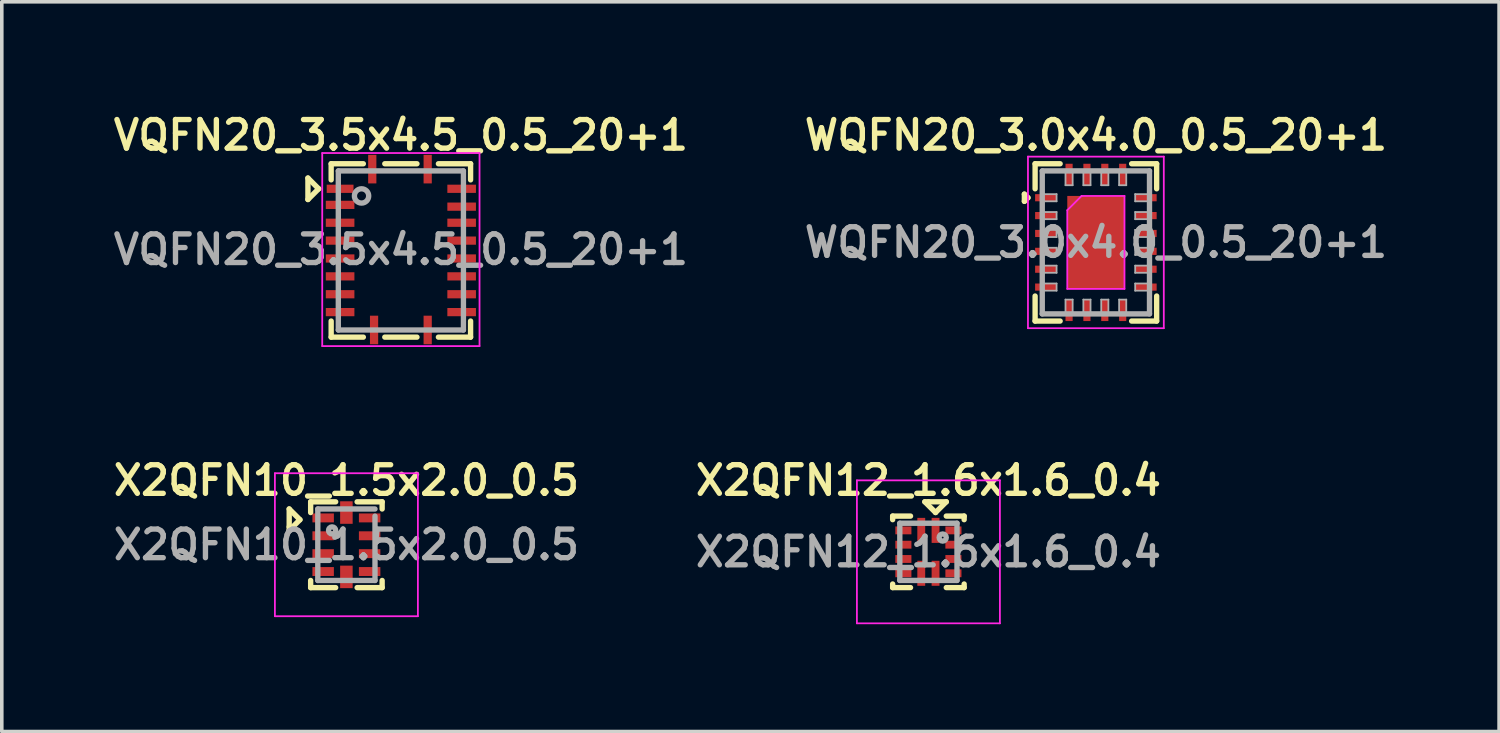
<source format=kicad_pcb>
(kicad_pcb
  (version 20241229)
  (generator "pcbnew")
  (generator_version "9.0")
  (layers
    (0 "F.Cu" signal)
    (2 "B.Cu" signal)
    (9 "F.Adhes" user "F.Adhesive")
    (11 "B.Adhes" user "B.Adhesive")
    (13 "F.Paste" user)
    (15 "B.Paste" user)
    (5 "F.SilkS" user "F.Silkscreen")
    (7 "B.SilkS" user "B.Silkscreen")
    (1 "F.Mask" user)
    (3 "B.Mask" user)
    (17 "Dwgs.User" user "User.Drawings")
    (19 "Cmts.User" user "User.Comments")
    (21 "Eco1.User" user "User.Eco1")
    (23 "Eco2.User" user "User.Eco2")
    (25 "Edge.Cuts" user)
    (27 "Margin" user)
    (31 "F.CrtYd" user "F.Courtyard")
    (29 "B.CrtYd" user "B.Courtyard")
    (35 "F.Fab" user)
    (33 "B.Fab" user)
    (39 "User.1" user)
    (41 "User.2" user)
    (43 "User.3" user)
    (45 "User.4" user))
  (footprint "X2QFN12_1.6x1.6_0.4"
    (layer "F.Cu")
    (at 22.921 12.387)
    (property "Reference" "X2QFN12_1.6x1.6_0.4" (at 0 -2 0) (layer "F.SilkS") (effects (font (size 0.8 0.8) (thickness 0.15))))
    (attr smd)
    (fp_line (start -1 -1) (end -1 -0.9) (stroke (width 0.15) (type solid)) (layer "F.SilkS"))
    (fp_line (start -1 0.9) (end -1 1) (stroke (width 0.15) (type solid)) (layer "F.SilkS"))
    (fp_line (start -1 1) (end -0.5 1) (stroke (width 0.15) (type solid)) (layer "F.SilkS"))
    (fp_line (start -0.5 -1) (end -1 -1) (stroke (width 0.15) (type solid)) (layer "F.SilkS"))
    (fp_line (start -0.1 -1.4) (end 0 -1.4) (stroke (width 0.15) (type solid)) (layer "F.SilkS"))
    (fp_line (start 0 -1.4) (end 0.5 -1.4) (stroke (width 0.15) (type solid)) (layer "F.SilkS"))
    (fp_line (start 0.2 -1.1) (end -0.1 -1.4) (stroke (width 0.15) (type solid)) (layer "F.SilkS"))
    (fp_line (start 0.5 -1.4) (end 0.2 -1.1) (stroke (width 0.15) (type solid)) (layer "F.SilkS"))
    (fp_line (start 0.5 -1) (end 1 -1) (stroke (width 0.15) (type solid)) (layer "F.SilkS"))
    (fp_line (start 0.5 1) (end 1 1) (stroke (width 0.15) (type solid)) (layer "F.SilkS"))
    (fp_line (start 1 -1) (end 1 -0.9) (stroke (width 0.15) (type solid)) (layer "F.SilkS"))
    (fp_line (start 1 1) (end 1 0.9) (stroke (width 0.15) (type solid)) (layer "F.SilkS"))
    (fp_line (start -2 -2) (end -2 2) (stroke (width 0.05) (type solid)) (layer "F.CrtYd"))
    (fp_line (start -2 -2) (end 2 -2) (stroke (width 0.05) (type solid)) (layer "F.CrtYd"))
    (fp_line (start -2 2) (end 2 2) (stroke (width 0.05) (type solid)) (layer "F.CrtYd"))
    (fp_line (start 2 -2) (end 2 2) (stroke (width 0.05) (type solid)) (layer "F.CrtYd"))
    (fp_line (start -0.8 -0.8) (end 0.8 -0.8) (stroke (width 0.15) (type solid)) (layer "F.Fab"))
    (fp_line (start -0.8 0.8) (end -0.8 -0.8) (stroke (width 0.15) (type solid)) (layer "F.Fab"))
    (fp_line (start 0.8 -0.8) (end 0.8 0.8) (stroke (width 0.15) (type solid)) (layer "F.Fab"))
    (fp_line (start 0.8 0.8) (end -0.8 0.8) (stroke (width 0.15) (type solid)) (layer "F.Fab"))
    (fp_circle (center 0.4 -0.4) (end 0.4 -0.3) (stroke (width 0.15) (type solid)) (fill no) (layer "F.Fab"))
    (fp_text user "${REFERENCE}" (at 0 0 0) (layer "F.Fab") (effects (font (size 0.8 0.8) (thickness 0.15))))
    (pad "1" smd rect (at 0.2 -0.6 90) (size 0.7 0.22) (layers "F.Cu" "F.Mask" "F.Paste"))
    (pad "2" smd rect (at -0.2 -0.6 90) (size 0.7 0.22) (layers "F.Cu" "F.Mask" "F.Paste"))
    (pad "3" smd rect (at -0.7 -0.6) (size 0.45 0.22) (layers "F.Cu" "F.Mask" "F.Paste"))
    (pad "4" smd rect (at -0.7 -0.2) (size 0.45 0.22) (layers "F.Cu" "F.Mask" "F.Paste"))
    (pad "5" smd rect (at -0.7 0.2) (size 0.45 0.22) (layers "F.Cu" "F.Mask" "F.Paste"))
    (pad "6" smd rect (at -0.7 0.6) (size 0.45 0.22) (layers "F.Cu" "F.Mask" "F.Paste"))
    (pad "7" smd rect (at -0.2 0.6 90) (size 0.7 0.22) (layers "F.Cu" "F.Mask" "F.Paste"))
    (pad "8" smd rect (at 0.2 0.6 90) (size 0.7 0.22) (layers "F.Cu" "F.Mask" "F.Paste"))
    (pad "9" smd rect (at 0.7 0.6) (size 0.45 0.22) (layers "F.Cu" "F.Mask" "F.Paste"))
    (pad "10" smd rect (at 0.7 0.2) (size 0.45 0.22) (layers "F.Cu" "F.Mask" "F.Paste"))
    (pad "11" smd rect (at 0.7 -0.2) (size 0.45 0.22) (layers "F.Cu" "F.Mask" "F.Paste"))
    (pad "12" smd rect (at 0.7 -0.6) (size 0.45 0.22) (layers "F.Cu" "F.Mask" "F.Paste")))
  (footprint "X2QFN10_1.5x2.0_0.5"
    (layer "F.Cu")
    (at 6.64 12.188)
    (property "Reference" "X2QFN10_1.5x2.0_0.5" (at 0 -1.8 0) (layer "F.SilkS") (effects (font (size 0.8 0.8) (thickness 0.15))))
    (attr smd)
    (fp_line (start -1.6 -1) (end -1.3 -0.7) (stroke (width 0.15) (type solid)) (layer "F.SilkS"))
    (fp_line (start -1.6 -0.5) (end -1.6 -1) (stroke (width 0.15) (type solid)) (layer "F.SilkS"))
    (fp_line (start -1.6 -0.4) (end -1.6 -0.5) (stroke (width 0.15) (type solid)) (layer "F.SilkS"))
    (fp_line (start -1.3 -0.7) (end -1.6 -0.4) (stroke (width 0.15) (type solid)) (layer "F.SilkS"))
    (fp_line (start -1 -1.2) (end -1 -0.9) (stroke (width 0.15) (type solid)) (layer "F.SilkS"))
    (fp_line (start -1 1) (end -1 1.2) (stroke (width 0.15) (type solid)) (layer "F.SilkS"))
    (fp_line (start -1 1.2) (end -0.3 1.2) (stroke (width 0.15) (type solid)) (layer "F.SilkS"))
    (fp_line (start -0.3 -1.2) (end -1 -1.2) (stroke (width 0.15) (type solid)) (layer "F.SilkS"))
    (fp_line (start 0.3 -1.2) (end 1 -1.2) (stroke (width 0.15) (type solid)) (layer "F.SilkS"))
    (fp_line (start 0.3 1.2) (end 1 1.2) (stroke (width 0.15) (type solid)) (layer "F.SilkS"))
    (fp_line (start 1 -1.2) (end 1 -1) (stroke (width 0.15) (type solid)) (layer "F.SilkS"))
    (fp_line (start 1 1.2) (end 1 1) (stroke (width 0.15) (type solid)) (layer "F.SilkS"))
    (fp_line (start -2 -2) (end -2 2) (stroke (width 0.05) (type solid)) (layer "F.CrtYd"))
    (fp_line (start -2 -2) (end 2 -2) (stroke (width 0.05) (type solid)) (layer "F.CrtYd"))
    (fp_line (start -2 2) (end 2 2) (stroke (width 0.05) (type solid)) (layer "F.CrtYd"))
    (fp_line (start 2 -2) (end 2 2) (stroke (width 0.05) (type solid)) (layer "F.CrtYd"))
    (fp_line (start -0.8 -1) (end 0.8 -1) (stroke (width 0.15) (type solid)) (layer "F.Fab"))
    (fp_line (start -0.8 1) (end -0.8 -1) (stroke (width 0.15) (type solid)) (layer "F.Fab"))
    (fp_line (start 0.8 -0.8) (end 0.8 1) (stroke (width 0.15) (type solid)) (layer "F.Fab"))
    (fp_line (start 0.8 1) (end -0.8 1) (stroke (width 0.15) (type solid)) (layer "F.Fab"))
    (fp_circle (center -0.4 -0.4) (end -0.4 -0.3) (stroke (width 0.15) (type solid)) (fill no) (layer "F.Fab"))
    (fp_text user "${REFERENCE}" (at 0 0 0) (layer "F.Fab") (effects (font (size 0.8 0.8) (thickness 0.15))))
    (pad "1" smd rect (at -0.65 -0.75) (size 0.6 0.25) (layers "F.Cu" "F.Mask" "F.Paste"))
    (pad "2" smd rect (at -0.65 -0.25) (size 0.6 0.25) (layers "F.Cu" "F.Mask" "F.Paste"))
    (pad "3" smd rect (at -0.65 0.25) (size 0.6 0.25) (layers "F.Cu" "F.Mask" "F.Paste"))
    (pad "4" smd rect (at -0.65 0.75) (size 0.6 0.25) (layers "F.Cu" "F.Mask" "F.Paste"))
    (pad "5" smd rect (at 0 0.9) (size 0.35 0.63) (layers "F.Cu" "F.Mask" "F.Paste"))
    (pad "6" smd rect (at 0.65 0.75) (size 0.6 0.25) (layers "F.Cu" "F.Mask" "F.Paste"))
    (pad "7" smd rect (at 0.65 0.25) (size 0.6 0.25) (layers "F.Cu" "F.Mask" "F.Paste"))
    (pad "8" smd rect (at 0.65 -0.25) (size 0.6 0.25) (layers "F.Cu" "F.Mask" "F.Paste"))
    (pad "9" smd rect (at 0.65 -0.75) (size 0.6 0.25) (layers "F.Cu" "F.Mask" "F.Paste"))
    (pad "10" smd rect (at 0 -0.9) (size 0.35 0.63) (layers "F.Cu" "F.Mask" "F.Paste")))
  (footprint "WQFN20_3.0x4.0_0.5_20+1"
    (layer "F.Cu")
    (at 27.606 3.731)
    (property "Reference" "WQFN20_3.0x4.0_0.5_20+1" (at 0 -3 0) (layer "F.SilkS") (effects (font (size 0.8 0.8) (thickness 0.15))))
    (attr through_hole)
    (fp_line (start -2 -1.35) (end -1.9 -1.25) (stroke (width 0.15) (type solid)) (layer "F.SilkS"))
    (fp_line (start -2 -1.15) (end -2 -1.35) (stroke (width 0.15) (type solid)) (layer "F.SilkS"))
    (fp_line (start -1.9 -1.25) (end -2 -1.15) (stroke (width 0.15) (type solid)) (layer "F.SilkS"))
    (fp_line (start -1.7 -1.5) (end -1.7 -2.2) (stroke (width 0.15) (type solid)) (layer "F.SilkS"))
    (fp_line (start -1.7 1.5) (end -1.7 2.2) (stroke (width 0.15) (type solid)) (layer "F.SilkS"))
    (fp_line (start -1.7 2.2) (end -1 2.2) (stroke (width 0.15) (type solid)) (layer "F.SilkS"))
    (fp_line (start -1 -2.2) (end -1.7 -2.2) (stroke (width 0.15) (type solid)) (layer "F.SilkS"))
    (fp_line (start 1 2.2) (end 1.7 2.2) (stroke (width 0.15) (type solid)) (layer "F.SilkS"))
    (fp_line (start 1.7 -2.2) (end 1 -2.2) (stroke (width 0.15) (type solid)) (layer "F.SilkS"))
    (fp_line (start 1.7 -1.5) (end 1.7 -2.2) (stroke (width 0.15) (type solid)) (layer "F.SilkS"))
    (fp_line (start 1.7 2.2) (end 1.7 1.5) (stroke (width 0.15) (type solid)) (layer "F.SilkS"))
    (fp_line (start -1.9 -2.4) (end -1.9 2.4) (stroke (width 0.05) (type solid)) (layer "F.CrtYd"))
    (fp_line (start -1.9 2.4) (end 1.9 2.4) (stroke (width 0.05) (type solid)) (layer "F.CrtYd"))
    (fp_line (start -0.8 -0.9) (end -0.8 1.3) (stroke (width 0.05) (type solid)) (layer "F.CrtYd"))
    (fp_line (start -0.8 1.3) (end 0.8 1.3) (stroke (width 0.05) (type solid)) (layer "F.CrtYd"))
    (fp_line (start -0.4 -1.3) (end -0.8 -0.9) (stroke (width 0.05) (type solid)) (layer "F.CrtYd"))
    (fp_line (start 0.8 -1.3) (end -0.4 -1.3) (stroke (width 0.05) (type solid)) (layer "F.CrtYd"))
    (fp_line (start 0.8 1.3) (end 0.8 -1.3) (stroke (width 0.05) (type solid)) (layer "F.CrtYd"))
    (fp_line (start 1.9 -2.4) (end -1.9 -2.4) (stroke (width 0.05) (type solid)) (layer "F.CrtYd"))
    (fp_line (start 1.9 2.4) (end 1.9 -2.4) (stroke (width 0.05) (type solid)) (layer "F.CrtYd"))
    (fp_line (start -1.5 -2) (end -1.5 2) (stroke (width 0.15) (type solid)) (layer "F.Fab"))
    (fp_line (start -1.5 -1.15) (end -1.1 -1.15) (stroke (width 0.05) (type solid)) (layer "F.Fab"))
    (fp_line (start -1.5 -0.65) (end -1.1 -0.65) (stroke (width 0.05) (type solid)) (layer "F.Fab"))
    (fp_line (start -1.5 -0.15) (end -1.1 -0.15) (stroke (width 0.05) (type solid)) (layer "F.Fab"))
    (fp_line (start -1.5 0.35) (end -1.1 0.35) (stroke (width 0.05) (type solid)) (layer "F.Fab"))
    (fp_line (start -1.5 0.85) (end -1.1 0.85) (stroke (width 0.05) (type solid)) (layer "F.Fab"))
    (fp_line (start -1.5 1.35) (end -1.1 1.35) (stroke (width 0.05) (type solid)) (layer "F.Fab"))
    (fp_line (start -1.5 2) (end 1.5 2) (stroke (width 0.15) (type solid)) (layer "F.Fab"))
    (fp_line (start -1.1 -1.35) (end -1.5 -1.35) (stroke (width 0.05) (type solid)) (layer "F.Fab"))
    (fp_line (start -1.1 -1.15) (end -1.1 -1.35) (stroke (width 0.05) (type solid)) (layer "F.Fab"))
    (fp_line (start -1.1 -0.85) (end -1.5 -0.85) (stroke (width 0.05) (type solid)) (layer "F.Fab"))
    (fp_line (start -1.1 -0.65) (end -1.1 -0.85) (stroke (width 0.05) (type solid)) (layer "F.Fab"))
    (fp_line (start -1.1 -0.35) (end -1.5 -0.35) (stroke (width 0.05) (type solid)) (layer "F.Fab"))
    (fp_line (start -1.1 -0.15) (end -1.1 -0.35) (stroke (width 0.05) (type solid)) (layer "F.Fab"))
    (fp_line (start -1.1 0.15) (end -1.5 0.15) (stroke (width 0.05) (type solid)) (layer "F.Fab"))
    (fp_line (start -1.1 0.35) (end -1.1 0.15) (stroke (width 0.05) (type solid)) (layer "F.Fab"))
    (fp_line (start -1.1 0.65) (end -1.5 0.65) (stroke (width 0.05) (type solid)) (layer "F.Fab"))
    (fp_line (start -1.1 0.85) (end -1.1 0.65) (stroke (width 0.05) (type solid)) (layer "F.Fab"))
    (fp_line (start -1.1 1.15) (end -1.5 1.15) (stroke (width 0.05) (type solid)) (layer "F.Fab"))
    (fp_line (start -1.1 1.35) (end -1.1 1.15) (stroke (width 0.05) (type solid)) (layer "F.Fab"))
    (fp_line (start -0.85 -2) (end -0.85 -1.6) (stroke (width 0.05) (type solid)) (layer "F.Fab"))
    (fp_line (start -0.85 -1.6) (end -0.65 -1.6) (stroke (width 0.05) (type solid)) (layer "F.Fab"))
    (fp_line (start -0.85 1.6) (end -0.85 2) (stroke (width 0.05) (type solid)) (layer "F.Fab"))
    (fp_line (start -0.65 -1.6) (end -0.65 -2) (stroke (width 0.05) (type solid)) (layer "F.Fab"))
    (fp_line (start -0.65 1.6) (end -0.85 1.6) (stroke (width 0.05) (type solid)) (layer "F.Fab"))
    (fp_line (start -0.65 2) (end -0.65 1.6) (stroke (width 0.05) (type solid)) (layer "F.Fab"))
    (fp_line (start -0.35 -2) (end -0.35 -1.6) (stroke (width 0.05) (type solid)) (layer "F.Fab"))
    (fp_line (start -0.35 -1.6) (end -0.15 -1.6) (stroke (width 0.05) (type solid)) (layer "F.Fab"))
    (fp_line (start -0.35 1.6) (end -0.35 2) (stroke (width 0.05) (type solid)) (layer "F.Fab"))
    (fp_line (start -0.15 -1.6) (end -0.15 -2) (stroke (width 0.05) (type solid)) (layer "F.Fab"))
    (fp_line (start -0.15 1.6) (end -0.35 1.6) (stroke (width 0.05) (type solid)) (layer "F.Fab"))
    (fp_line (start -0.15 2) (end -0.15 1.6) (stroke (width 0.05) (type solid)) (layer "F.Fab"))
    (fp_line (start 0.15 -2) (end 0.15 -1.6) (stroke (width 0.05) (type solid)) (layer "F.Fab"))
    (fp_line (start 0.15 -1.6) (end 0.35 -1.6) (stroke (width 0.05) (type solid)) (layer "F.Fab"))
    (fp_line (start 0.15 1.6) (end 0.15 2) (stroke (width 0.05) (type solid)) (layer "F.Fab"))
    (fp_line (start 0.35 -1.6) (end 0.35 -2) (stroke (width 0.05) (type solid)) (layer "F.Fab"))
    (fp_line (start 0.35 1.6) (end 0.15 1.6) (stroke (width 0.05) (type solid)) (layer "F.Fab"))
    (fp_line (start 0.35 2) (end 0.35 1.6) (stroke (width 0.05) (type solid)) (layer "F.Fab"))
    (fp_line (start 0.65 -2) (end 0.65 -1.6) (stroke (width 0.05) (type solid)) (layer "F.Fab"))
    (fp_line (start 0.65 -1.6) (end 0.85 -1.6) (stroke (width 0.05) (type solid)) (layer "F.Fab"))
    (fp_line (start 0.65 1.6) (end 0.65 2) (stroke (width 0.05) (type solid)) (layer "F.Fab"))
    (fp_line (start 0.85 -1.6) (end 0.85 -2) (stroke (width 0.05) (type solid)) (layer "F.Fab"))
    (fp_line (start 0.85 1.6) (end 0.65 1.6) (stroke (width 0.05) (type solid)) (layer "F.Fab"))
    (fp_line (start 0.85 2) (end 0.85 1.6) (stroke (width 0.05) (type solid)) (layer "F.Fab"))
    (fp_line (start 1.1 -1.35) (end 1.1 -1.15) (stroke (width 0.05) (type solid)) (layer "F.Fab"))
    (fp_line (start 1.1 -1.15) (end 1.5 -1.15) (stroke (width 0.05) (type solid)) (layer "F.Fab"))
    (fp_line (start 1.1 -0.85) (end 1.1 -0.65) (stroke (width 0.05) (type solid)) (layer "F.Fab"))
    (fp_line (start 1.1 -0.65) (end 1.5 -0.65) (stroke (width 0.05) (type solid)) (layer "F.Fab"))
    (fp_line (start 1.1 -0.35) (end 1.1 -0.15) (stroke (width 0.05) (type solid)) (layer "F.Fab"))
    (fp_line (start 1.1 -0.15) (end 1.5 -0.15) (stroke (width 0.05) (type solid)) (layer "F.Fab"))
    (fp_line (start 1.1 0.15) (end 1.1 0.35) (stroke (width 0.05) (type solid)) (layer "F.Fab"))
    (fp_line (start 1.1 0.35) (end 1.5 0.35) (stroke (width 0.05) (type solid)) (layer "F.Fab"))
    (fp_line (start 1.1 0.65) (end 1.1 0.85) (stroke (width 0.05) (type solid)) (layer "F.Fab"))
    (fp_line (start 1.1 0.85) (end 1.5 0.85) (stroke (width 0.05) (type solid)) (layer "F.Fab"))
    (fp_line (start 1.1 1.15) (end 1.1 1.35) (stroke (width 0.05) (type solid)) (layer "F.Fab"))
    (fp_line (start 1.1 1.35) (end 1.5 1.35) (stroke (width 0.05) (type solid)) (layer "F.Fab"))
    (fp_line (start 1.5 -2) (end -1.5 -2) (stroke (width 0.15) (type solid)) (layer "F.Fab"))
    (fp_line (start 1.5 -1.35) (end 1.1 -1.35) (stroke (width 0.05) (type solid)) (layer "F.Fab"))
    (fp_line (start 1.5 -0.85) (end 1.1 -0.85) (stroke (width 0.05) (type solid)) (layer "F.Fab"))
    (fp_line (start 1.5 -0.35) (end 1.1 -0.35) (stroke (width 0.05) (type solid)) (layer "F.Fab"))
    (fp_line (start 1.5 0.15) (end 1.1 0.15) (stroke (width 0.05) (type solid)) (layer "F.Fab"))
    (fp_line (start 1.5 0.65) (end 1.1 0.65) (stroke (width 0.05) (type solid)) (layer "F.Fab"))
    (fp_line (start 1.5 1.15) (end 1.1 1.15) (stroke (width 0.05) (type solid)) (layer "F.Fab"))
    (fp_line (start 1.5 2) (end 1.5 -2) (stroke (width 0.15) (type solid)) (layer "F.Fab"))
    (fp_text user "${REFERENCE}" (at 0 0 0) (layer "F.Fab") (effects (font (size 0.8 0.8) (thickness 0.15))))
    (pad "1" smd rect (at -1.4 -1.25) (size 0.6 0.2) (layers "F.Cu" "F.Mask" "F.Paste"))
    (pad "2" smd rect (at -1.4 -0.75) (size 0.6 0.2) (layers "F.Cu" "F.Mask" "F.Paste"))
    (pad "3" smd rect (at -1.4 -0.25) (size 0.6 0.2) (layers "F.Cu" "F.Mask" "F.Paste"))
    (pad "4" smd rect (at -1.4 0.25) (size 0.6 0.2) (layers "F.Cu" "F.Mask" "F.Paste"))
    (pad "5" smd rect (at -1.4 0.75) (size 0.6 0.2) (layers "F.Cu" "F.Mask" "F.Paste"))
    (pad "6" smd rect (at -1.4 1.25) (size 0.6 0.2) (layers "F.Cu" "F.Mask" "F.Paste"))
    (pad "7" smd rect (at -0.75 1.9 90) (size 0.6 0.2) (layers "F.Cu" "F.Mask" "F.Paste"))
    (pad "8" smd rect (at -0.25 1.9 90) (size 0.6 0.2) (layers "F.Cu" "F.Mask" "F.Paste"))
    (pad "9" smd rect (at 0.25 1.9 90) (size 0.6 0.2) (layers "F.Cu" "F.Mask" "F.Paste"))
    (pad "10" smd rect (at 0.75 1.9 270) (size 0.6 0.2) (layers "F.Cu" "F.Mask" "F.Paste"))
    (pad "11" smd rect (at 1.4 1.25 180) (size 0.6 0.2) (layers "F.Cu" "F.Mask" "F.Paste"))
    (pad "12" smd rect (at 1.4 0.75 180) (size 0.6 0.2) (layers "F.Cu" "F.Mask" "F.Paste"))
    (pad "13" smd rect (at 1.4 0.25 180) (size 0.6 0.2) (layers "F.Cu" "F.Mask" "F.Paste"))
    (pad "14" smd rect (at 1.4 -0.25 180) (size 0.6 0.2) (layers "F.Cu" "F.Mask" "F.Paste"))
    (pad "15" smd rect (at 1.4 -0.75 180) (size 0.6 0.2) (layers "F.Cu" "F.Mask" "F.Paste"))
    (pad "16" smd rect (at 1.4 -1.25) (size 0.6 0.2) (layers "F.Cu" "F.Mask" "F.Paste"))
    (pad "17" smd rect (at 0.75 -1.9 270) (size 0.6 0.2) (layers "F.Cu" "F.Mask" "F.Paste"))
    (pad "18" smd rect (at 0.25 -1.9 270) (size 0.6 0.2) (layers "F.Cu" "F.Mask" "F.Paste"))
    (pad "19" smd rect (at -0.25 -1.9 270) (size 0.6 0.2) (layers "F.Cu" "F.Mask" "F.Paste"))
    (pad "20" smd rect (at -0.75 -1.9 270) (size 0.6 0.2) (layers "F.Cu" "F.Mask" "F.Paste"))
    (pad "21" smd rect (at 0 0) (size 1.6 2.6) (layers "F.Cu" "F.Mask" "F.Paste")))
  (footprint "VQFN20_3.5x4.5_0.5_20+1"
    (layer "F.Cu")
    (at 8.164 3.931)
    (property "Reference" "VQFN20_3.5x4.5_0.5_20+1" (at 0 -3.2 0) (layer "F.SilkS") (effects (font (size 0.8 0.8) (thickness 0.15))))
    (attr through_hole)
    (fp_line (start -2.6 -2) (end -2.3 -1.7) (stroke (width 0.15) (type solid)) (layer "F.SilkS"))
    (fp_line (start -2.6 -1.4) (end -2.6 -2) (stroke (width 0.15) (type solid)) (layer "F.SilkS"))
    (fp_line (start -2.3 -1.7) (end -2.6 -1.4) (stroke (width 0.15) (type solid)) (layer "F.SilkS"))
    (fp_line (start -1.95 -2.4) (end -1.05 -2.4) (stroke (width 0.15) (type solid)) (layer "F.SilkS"))
    (fp_line (start -1.95 -1.95) (end -1.95 -2.4) (stroke (width 0.15) (type solid)) (layer "F.SilkS"))
    (fp_line (start -1.95 2) (end -1.95 2.45) (stroke (width 0.15) (type solid)) (layer "F.SilkS"))
    (fp_line (start -1.95 2.45) (end -1.05 2.45) (stroke (width 0.15) (type solid)) (layer "F.SilkS"))
    (fp_line (start -0.45 2.45) (end 0.45 2.45) (stroke (width 0.15) (type solid)) (layer "F.SilkS"))
    (fp_line (start 0.45 -2.4) (end -0.45 -2.4) (stroke (width 0.15) (type solid)) (layer "F.SilkS"))
    (fp_line (start 1.95 -2.4) (end 1.05 -2.4) (stroke (width 0.15) (type solid)) (layer "F.SilkS"))
    (fp_line (start 1.95 -1.95) (end 1.95 -2.4) (stroke (width 0.15) (type solid)) (layer "F.SilkS"))
    (fp_line (start 1.95 2) (end 1.95 2.45) (stroke (width 0.15) (type solid)) (layer "F.SilkS"))
    (fp_line (start 1.95 2.45) (end 1.05 2.45) (stroke (width 0.15) (type solid)) (layer "F.SilkS"))
    (fp_line (start -2.2 -2.7) (end -2.2 2.7) (stroke (width 0.05) (type solid)) (layer "F.CrtYd"))
    (fp_line (start -2.2 2.7) (end 2.2 2.7) (stroke (width 0.05) (type solid)) (layer "F.CrtYd"))
    (fp_line (start 2.2 -2.7) (end -2.2 -2.7) (stroke (width 0.05) (type solid)) (layer "F.CrtYd"))
    (fp_line (start 2.2 2.7) (end 2.2 -2.7) (stroke (width 0.05) (type solid)) (layer "F.CrtYd"))
    (fp_line (start -1.75 -2.2) (end -1.75 2.25) (stroke (width 0.15) (type solid)) (layer "F.Fab"))
    (fp_line (start -1.75 2.25) (end 1.75 2.25) (stroke (width 0.15) (type solid)) (layer "F.Fab"))
    (fp_line (start 1.75 -2.2) (end -1.75 -2.2) (stroke (width 0.15) (type solid)) (layer "F.Fab"))
    (fp_line (start 1.75 2.25) (end 1.75 -2.2) (stroke (width 0.15) (type solid)) (layer "F.Fab"))
    (fp_circle (center -1.1 -1.5) (end -0.9 -1.5) (stroke (width 0.15) (type solid)) (fill no) (layer "F.Fab"))
    (fp_text user "${REFERENCE}" (at 0 0 0) (layer "F.Fab") (effects (font (size 0.8 0.8) (thickness 0.15))))
    (pad "1" smd rect (at -0.8 -2.25 270) (size 0.8 0.23) (layers "F.Cu" "F.Mask" "F.Paste"))
    (pad "2" smd rect (at -1.7 -1.7) (size 0.75 0.23) (layers "F.Cu" "F.Mask" "F.Paste"))
    (pad "3" smd rect (at -1.7 -1.25) (size 0.8 0.23) (layers "F.Cu" "F.Mask" "F.Paste"))
    (pad "4" smd rect (at -1.7 -0.75) (size 0.8 0.23) (layers "F.Cu" "F.Mask" "F.Paste"))
    (pad "5" smd rect (at -1.7 -0.25) (size 0.8 0.23) (layers "F.Cu" "F.Mask" "F.Paste"))
    (pad "6" smd rect (at -1.7 0.25) (size 0.8 0.23) (layers "F.Cu" "F.Mask" "F.Paste"))
    (pad "7" smd rect (at -1.7 0.75) (size 0.8 0.23) (layers "F.Cu" "F.Mask" "F.Paste"))
    (pad "8" smd rect (at -1.7 1.25) (size 0.8 0.23) (layers "F.Cu" "F.Mask" "F.Paste"))
    (pad "9" smd rect (at -1.7 1.75) (size 0.8 0.23) (layers "F.Cu" "F.Mask" "F.Paste"))
    (pad "10" smd rect (at -0.75 2.25 90) (size 0.8 0.23) (layers "F.Cu" "F.Mask" "F.Paste"))
    (pad "11" smd rect (at 0.75 2.25 90) (size 0.8 0.23) (layers "F.Cu" "F.Mask" "F.Paste"))
    (pad "12" smd rect (at 1.7 1.75) (size 0.8 0.23) (layers "F.Cu" "F.Mask" "F.Paste"))
    (pad "13" smd rect (at 1.7 1.25) (size 0.8 0.23) (layers "F.Cu" "F.Mask" "F.Paste"))
    (pad "14" smd rect (at 1.7 0.75) (size 0.8 0.23) (layers "F.Cu" "F.Mask" "F.Paste"))
    (pad "15" smd rect (at 1.7 0.25) (size 0.8 0.23) (layers "F.Cu" "F.Mask" "F.Paste"))
    (pad "16" smd rect (at 1.7 -0.25) (size 0.8 0.23) (layers "F.Cu" "F.Mask" "F.Paste"))
    (pad "17" smd rect (at 1.7 -0.75) (size 0.8 0.23) (layers "F.Cu" "F.Mask" "F.Paste"))
    (pad "18" smd rect (at 1.7 -1.2) (size 0.8 0.23) (layers "F.Cu" "F.Mask" "F.Paste"))
    (pad "19" smd rect (at 1.7 -1.7) (size 0.8 0.23) (layers "F.Cu" "F.Mask" "F.Paste"))
    (pad "20" smd rect (at 0.75 -2.25 90) (size 0.8 0.23) (layers "F.Cu" "F.Mask" "F.Paste")))
  (gr_rect
    (start -3 -3)
    (end 38.885 17.413)
    (stroke (width 0.1) (type default))
    (fill no)
    (layer "Edge.Cuts")))
</source>
